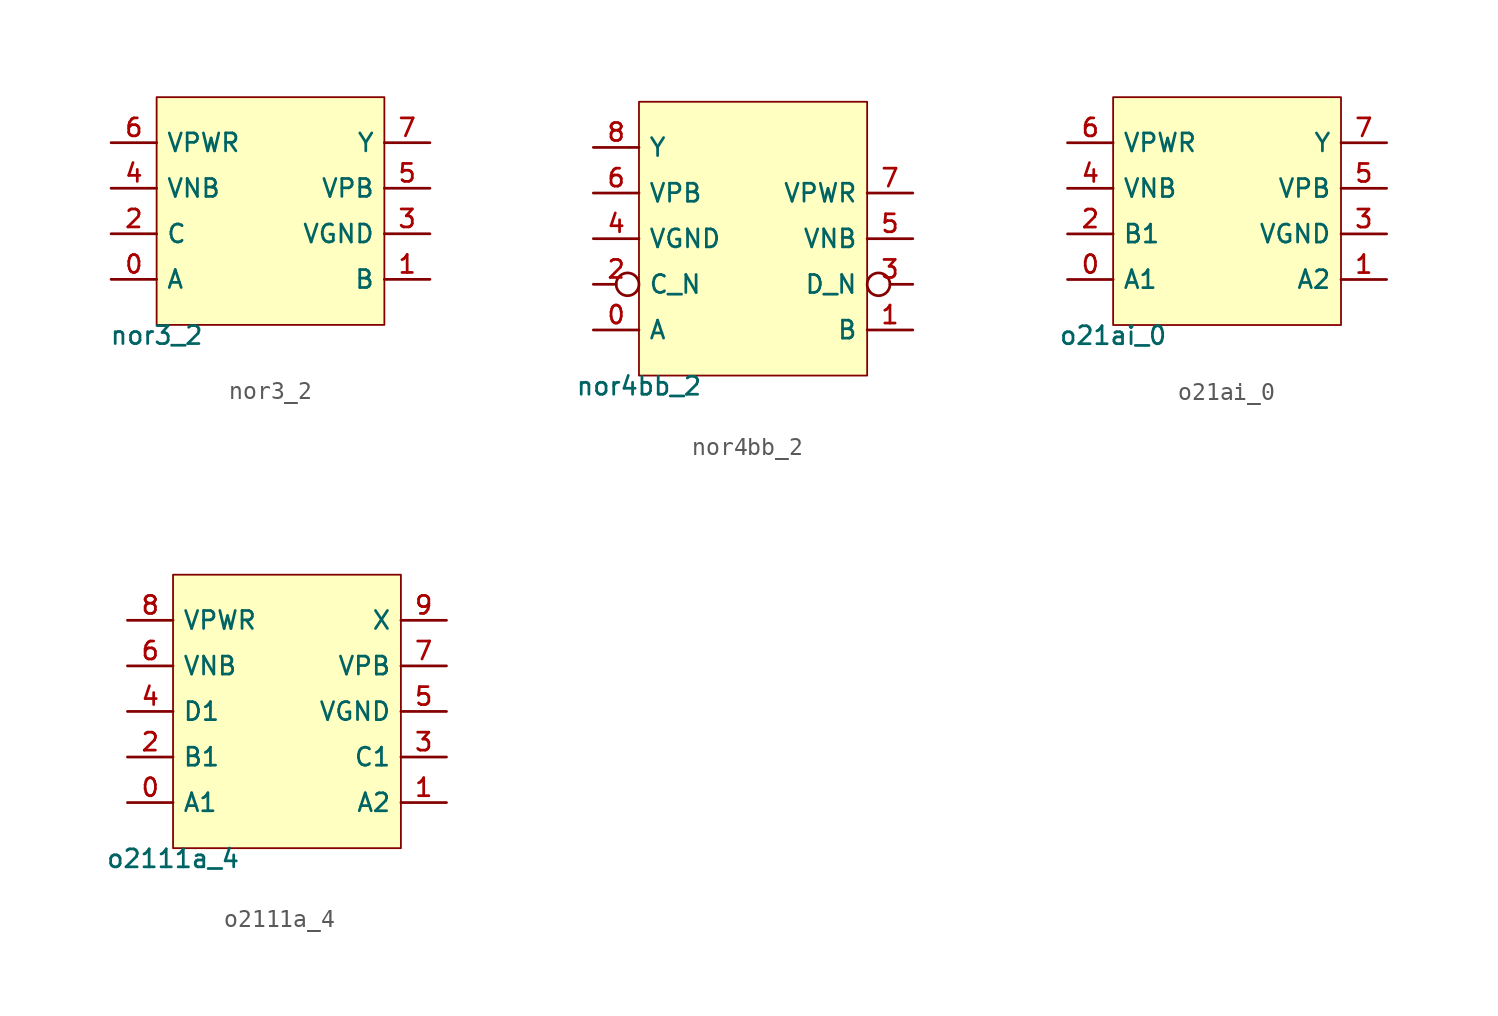
<source format=kicad_sym>
(kicad_symbol_lib
  (version 20211014)
  (generator pdk2kicad)
  (symbol "nor3_2"
    (property "Reference" "X"
      (at 0 0 0)
      (effects (font (size 1 1)) hide))
    (property "Value" "nor3_2"
      (at -6.35 -6.35 0)
      (effects (font (size 1 1)) (justify top)))
    (rectangle
      (start -6.35 -6.35)
      (end 6.35 6.35)
      (stroke (width 0.1) (type solid) (color 0 0 0 0))
      (fill (type background)))
    (pin bidirectional line
      (at -8.89 -3.81 0)
      (length 2.54)
      (name "A" (effects (font (size 1 1)) hide))
      (number "0" (effects (font (size 1 1)) hide)))
    (pin bidirectional line
      (at 8.89 -3.81 180)
      (length 2.54)
      (name "B" (effects (font (size 1 1)) hide))
      (number "1" (effects (font (size 1 1)) hide)))
    (pin bidirectional line
      (at -8.89 -1.27 0)
      (length 2.54)
      (name "C" (effects (font (size 1 1)) hide))
      (number "2" (effects (font (size 1 1)) hide)))
    (pin bidirectional line
      (at 8.89 -1.27 180)
      (length 2.54)
      (name "VGND" (effects (font (size 1 1)) hide))
      (number "3" (effects (font (size 1 1)) hide)))
    (pin bidirectional line
      (at -8.89 1.27 0)
      (length 2.54)
      (name "VNB" (effects (font (size 1 1)) hide))
      (number "4" (effects (font (size 1 1)) hide)))
    (pin bidirectional line
      (at 8.89 1.27 180)
      (length 2.54)
      (name "VPB" (effects (font (size 1 1)) hide))
      (number "5" (effects (font (size 1 1)) hide)))
    (pin bidirectional line
      (at -8.89 3.81 0)
      (length 2.54)
      (name "VPWR" (effects (font (size 1 1)) hide))
      (number "6" (effects (font (size 1 1)) hide)))
    (pin bidirectional line
      (at 8.89 3.81 180)
      (length 2.54)
      (name "Y" (effects (font (size 1 1)) hide))
      (number "7" (effects (font (size 1 1)) hide))))
  (symbol "nor4bb_2"
    (property "Reference" "X"
      (at 0 0 0)
      (effects (font (size 1 1)) hide))
    (property "Value" "nor4bb_2"
      (at -6.35 -7.62 0)
      (effects (font (size 1 1)) (justify top)))
    (rectangle
      (start -6.35 -7.62)
      (end 6.35 7.62)
      (stroke (width 0.1) (type solid) (color 0 0 0 0))
      (fill (type background)))
    (pin bidirectional line
      (at -8.89 -5.08 0)
      (length 2.54)
      (name "A" (effects (font (size 1 1)) hide))
      (number "0" (effects (font (size 1 1)) hide)))
    (pin bidirectional line
      (at 8.89 -5.08 180)
      (length 2.54)
      (name "B" (effects (font (size 1 1)) hide))
      (number "1" (effects (font (size 1 1)) hide)))
    (pin bidirectional inverted
      (at -8.89 -2.54 0)
      (length 2.54)
      (name "C_N" (effects (font (size 1 1)) hide))
      (number "2" (effects (font (size 1 1)) hide)))
    (pin bidirectional inverted
      (at 8.89 -2.54 180)
      (length 2.54)
      (name "D_N" (effects (font (size 1 1)) hide))
      (number "3" (effects (font (size 1 1)) hide)))
    (pin bidirectional line
      (at -8.89 8.881784197001252e-16 0)
      (length 2.54)
      (name "VGND" (effects (font (size 1 1)) hide))
      (number "4" (effects (font (size 1 1)) hide)))
    (pin bidirectional line
      (at 8.89 8.881784197001252e-16 180)
      (length 2.54)
      (name "VNB" (effects (font (size 1 1)) hide))
      (number "5" (effects (font (size 1 1)) hide)))
    (pin bidirectional line
      (at -8.89 2.54 0)
      (length 2.54)
      (name "VPB" (effects (font (size 1 1)) hide))
      (number "6" (effects (font (size 1 1)) hide)))
    (pin bidirectional line
      (at 8.89 2.54 180)
      (length 2.54)
      (name "VPWR" (effects (font (size 1 1)) hide))
      (number "7" (effects (font (size 1 1)) hide)))
    (pin bidirectional line
      (at -8.89 5.08 0)
      (length 2.54)
      (name "Y" (effects (font (size 1 1)) hide))
      (number "8" (effects (font (size 1 1)) hide))))
  (symbol "o21ai_0"
    (property "Reference" "X"
      (at 0 0 0)
      (effects (font (size 1 1)) hide))
    (property "Value" "o21ai_0"
      (at -6.35 -6.35 0)
      (effects (font (size 1 1)) (justify top)))
    (rectangle
      (start -6.35 -6.35)
      (end 6.35 6.35)
      (stroke (width 0.1) (type solid) (color 0 0 0 0))
      (fill (type background)))
    (pin bidirectional line
      (at -8.89 -3.81 0)
      (length 2.54)
      (name "A1" (effects (font (size 1 1)) hide))
      (number "0" (effects (font (size 1 1)) hide)))
    (pin bidirectional line
      (at 8.89 -3.81 180)
      (length 2.54)
      (name "A2" (effects (font (size 1 1)) hide))
      (number "1" (effects (font (size 1 1)) hide)))
    (pin bidirectional line
      (at -8.89 -1.27 0)
      (length 2.54)
      (name "B1" (effects (font (size 1 1)) hide))
      (number "2" (effects (font (size 1 1)) hide)))
    (pin bidirectional line
      (at 8.89 -1.27 180)
      (length 2.54)
      (name "VGND" (effects (font (size 1 1)) hide))
      (number "3" (effects (font (size 1 1)) hide)))
    (pin bidirectional line
      (at -8.89 1.27 0)
      (length 2.54)
      (name "VNB" (effects (font (size 1 1)) hide))
      (number "4" (effects (font (size 1 1)) hide)))
    (pin bidirectional line
      (at 8.89 1.27 180)
      (length 2.54)
      (name "VPB" (effects (font (size 1 1)) hide))
      (number "5" (effects (font (size 1 1)) hide)))
    (pin bidirectional line
      (at -8.89 3.81 0)
      (length 2.54)
      (name "VPWR" (effects (font (size 1 1)) hide))
      (number "6" (effects (font (size 1 1)) hide)))
    (pin bidirectional line
      (at 8.89 3.81 180)
      (length 2.54)
      (name "Y" (effects (font (size 1 1)) hide))
      (number "7" (effects (font (size 1 1)) hide))))
  (symbol "o2111a_4"
    (property "Reference" "X"
      (at 0 0 0)
      (effects (font (size 1 1)) hide))
    (property "Value" "o2111a_4"
      (at -6.35 -7.62 0)
      (effects (font (size 1 1)) (justify top)))
    (rectangle
      (start -6.35 -7.62)
      (end 6.35 7.62)
      (stroke (width 0.1) (type solid) (color 0 0 0 0))
      (fill (type background)))
    (pin bidirectional line
      (at -8.89 -5.08 0)
      (length 2.54)
      (name "A1" (effects (font (size 1 1)) hide))
      (number "0" (effects (font (size 1 1)) hide)))
    (pin bidirectional line
      (at 8.89 -5.08 180)
      (length 2.54)
      (name "A2" (effects (font (size 1 1)) hide))
      (number "1" (effects (font (size 1 1)) hide)))
    (pin bidirectional line
      (at -8.89 -2.54 0)
      (length 2.54)
      (name "B1" (effects (font (size 1 1)) hide))
      (number "2" (effects (font (size 1 1)) hide)))
    (pin bidirectional line
      (at 8.89 -2.54 180)
      (length 2.54)
      (name "C1" (effects (font (size 1 1)) hide))
      (number "3" (effects (font (size 1 1)) hide)))
    (pin bidirectional line
      (at -8.89 8.881784197001252e-16 0)
      (length 2.54)
      (name "D1" (effects (font (size 1 1)) hide))
      (number "4" (effects (font (size 1 1)) hide)))
    (pin bidirectional line
      (at 8.89 8.881784197001252e-16 180)
      (length 2.54)
      (name "VGND" (effects (font (size 1 1)) hide))
      (number "5" (effects (font (size 1 1)) hide)))
    (pin bidirectional line
      (at -8.89 2.54 0)
      (length 2.54)
      (name "VNB" (effects (font (size 1 1)) hide))
      (number "6" (effects (font (size 1 1)) hide)))
    (pin bidirectional line
      (at 8.89 2.54 180)
      (length 2.54)
      (name "VPB" (effects (font (size 1 1)) hide))
      (number "7" (effects (font (size 1 1)) hide)))
    (pin bidirectional line
      (at -8.89 5.08 0)
      (length 2.54)
      (name "VPWR" (effects (font (size 1 1)) hide))
      (number "8" (effects (font (size 1 1)) hide)))
    (pin bidirectional line
      (at 8.89 5.08 180)
      (length 2.54)
      (name "X" (effects (font (size 1 1)) hide))
      (number "9" (effects (font (size 1 1)) hide)))))
</source>
